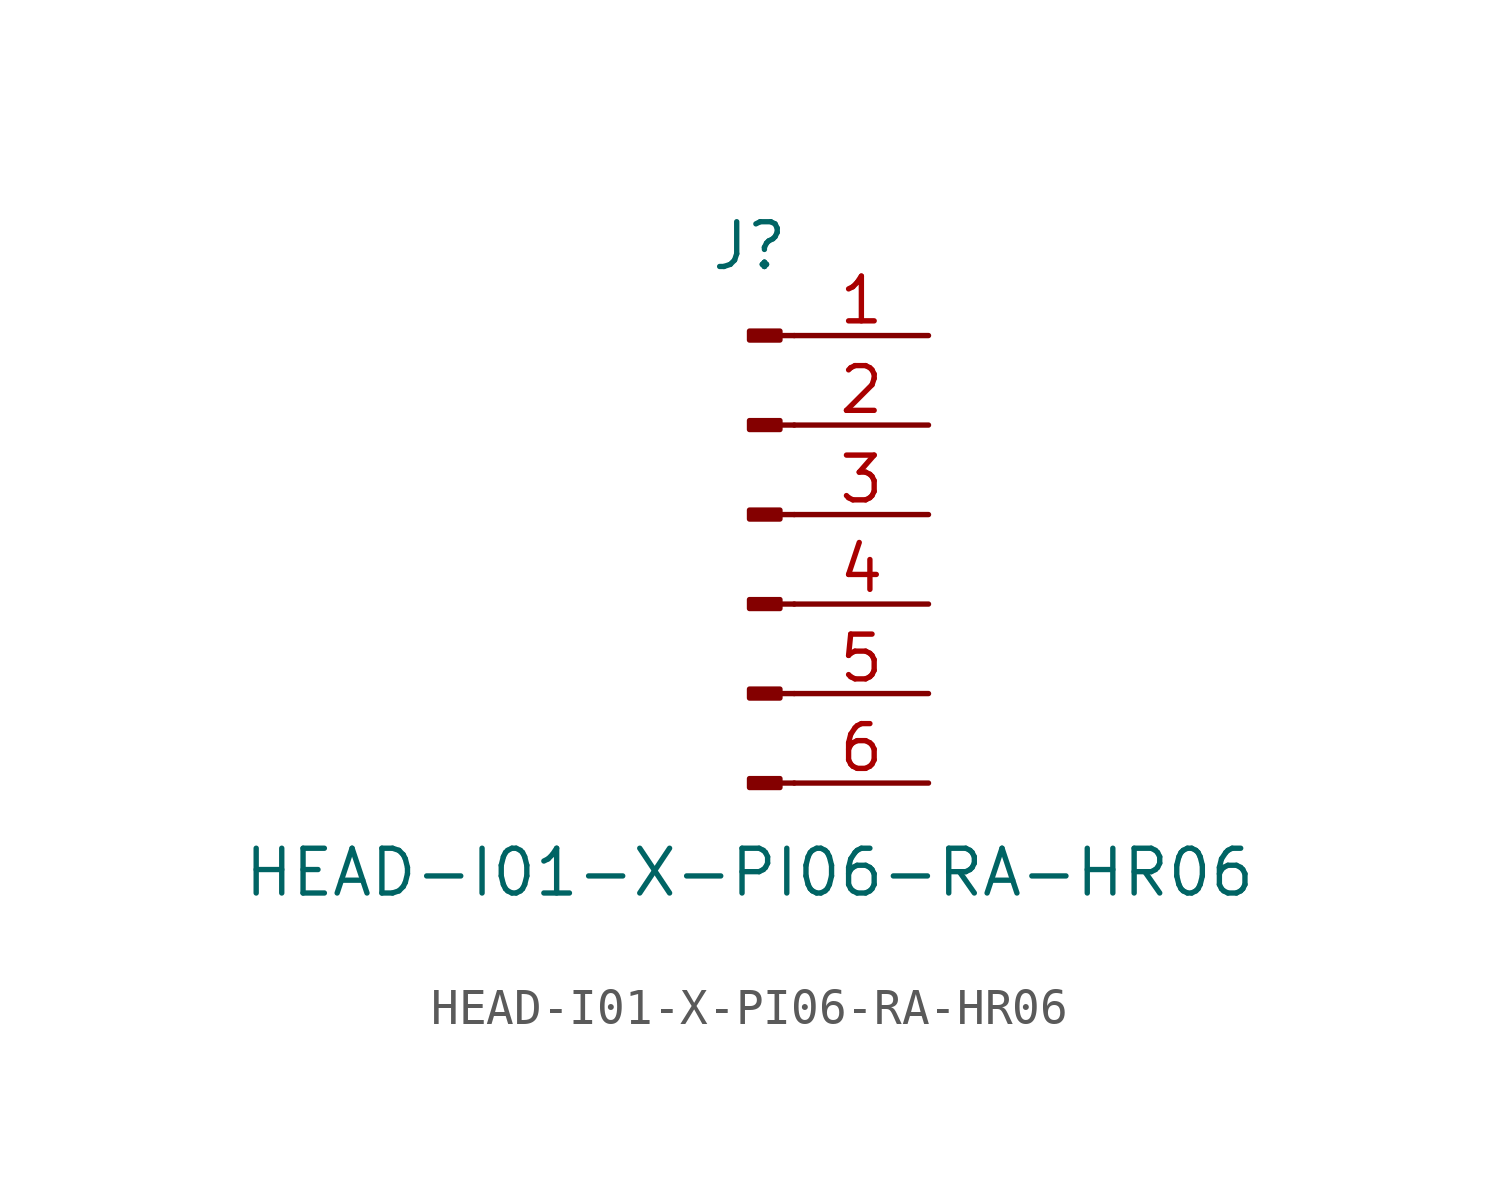
<source format=kicad_sym>
(kicad_symbol_lib
  (version 20211014)
  (generator kicad_symbol_editor)
  (symbol "HEAD-I01-X-PI06-RA-HR06"
    (pin_names
      (offset 1.016) hide)
    (property "Reference" "J"
      (at 0 7.62 0)
      (effects (font (size 1.27 1.27))))
    (property "Value" "HEAD-I01-X-PI06-RA-HR06"
      (at 0 -10.16 0)
      (effects (font (size 1.27 1.27))))
    (symbol "HEAD-I01-X-PI06-RA-HR06_1_1"
      (polyline (pts (xy 1.27 -7.62) (xy 0.864 -7.62)) (stroke (width 0.152) (type default) (color 0 0 0 0)) (fill (type none)))
      (polyline (pts (xy 1.27 -5.08) (xy 0.864 -5.08)) (stroke (width 0.152) (type default) (color 0 0 0 0)) (fill (type none)))
      (polyline (pts (xy 1.27 -2.54) (xy 0.864 -2.54)) (stroke (width 0.152) (type default) (color 0 0 0 0)) (fill (type none)))
      (polyline (pts (xy 1.27 0) (xy 0.864 0)) (stroke (width 0.152) (type default) (color 0 0 0 0)) (fill (type none)))
      (polyline (pts (xy 1.27 2.54) (xy 0.864 2.54)) (stroke (width 0.152) (type default) (color 0 0 0 0)) (fill (type none)))
      (polyline (pts (xy 1.27 5.08) (xy 0.864 5.08)) (stroke (width 0.152) (type default) (color 0 0 0 0)) (fill (type none)))
      (rectangle (start 0.864 -7.493) (end 0 -7.747) (stroke (width 0.152) (type default) (color 0 0 0 0)) (fill (type outline)))
      (rectangle (start 0.864 -4.953) (end 0 -5.207) (stroke (width 0.152) (type default) (color 0 0 0 0)) (fill (type outline)))
      (rectangle (start 0.864 -2.413) (end 0 -2.667) (stroke (width 0.152) (type default) (color 0 0 0 0)) (fill (type outline)))
      (rectangle (start 0.864 0.127) (end 0 -0.127) (stroke (width 0.152) (type default) (color 0 0 0 0)) (fill (type outline)))
      (rectangle (start 0.864 2.667) (end 0 2.413) (stroke (width 0.152) (type default) (color 0 0 0 0)) (fill (type outline)))
      (rectangle (start 0.864 5.207) (end 0 4.953) (stroke (width 0.152) (type default) (color 0 0 0 0)) (fill (type outline)))
      (pin passive line (at 5.08 5.08 180) (length 3.81) (name "Pin_1" (effects (font (size 1.27 1.27)))) (number "1" (effects (font (size 1.27 1.27)))))
      (pin passive line (at 5.08 2.54 180) (length 3.81) (name "Pin_2" (effects (font (size 1.27 1.27)))) (number "2" (effects (font (size 1.27 1.27)))))
      (pin passive line (at 5.08 0 180) (length 3.81) (name "Pin_3" (effects (font (size 1.27 1.27)))) (number "3" (effects (font (size 1.27 1.27)))))
      (pin passive line (at 5.08 -2.54 180) (length 3.81) (name "Pin_4" (effects (font (size 1.27 1.27)))) (number "4" (effects (font (size 1.27 1.27)))))
      (pin passive line (at 5.08 -5.08 180) (length 3.81) (name "Pin_5" (effects (font (size 1.27 1.27)))) (number "5" (effects (font (size 1.27 1.27)))))
      (pin passive line (at 5.08 -7.62 180) (length 3.81) (name "Pin_6" (effects (font (size 1.27 1.27)))) (number "6" (effects (font (size 1.27 1.27))))))))
</source>
